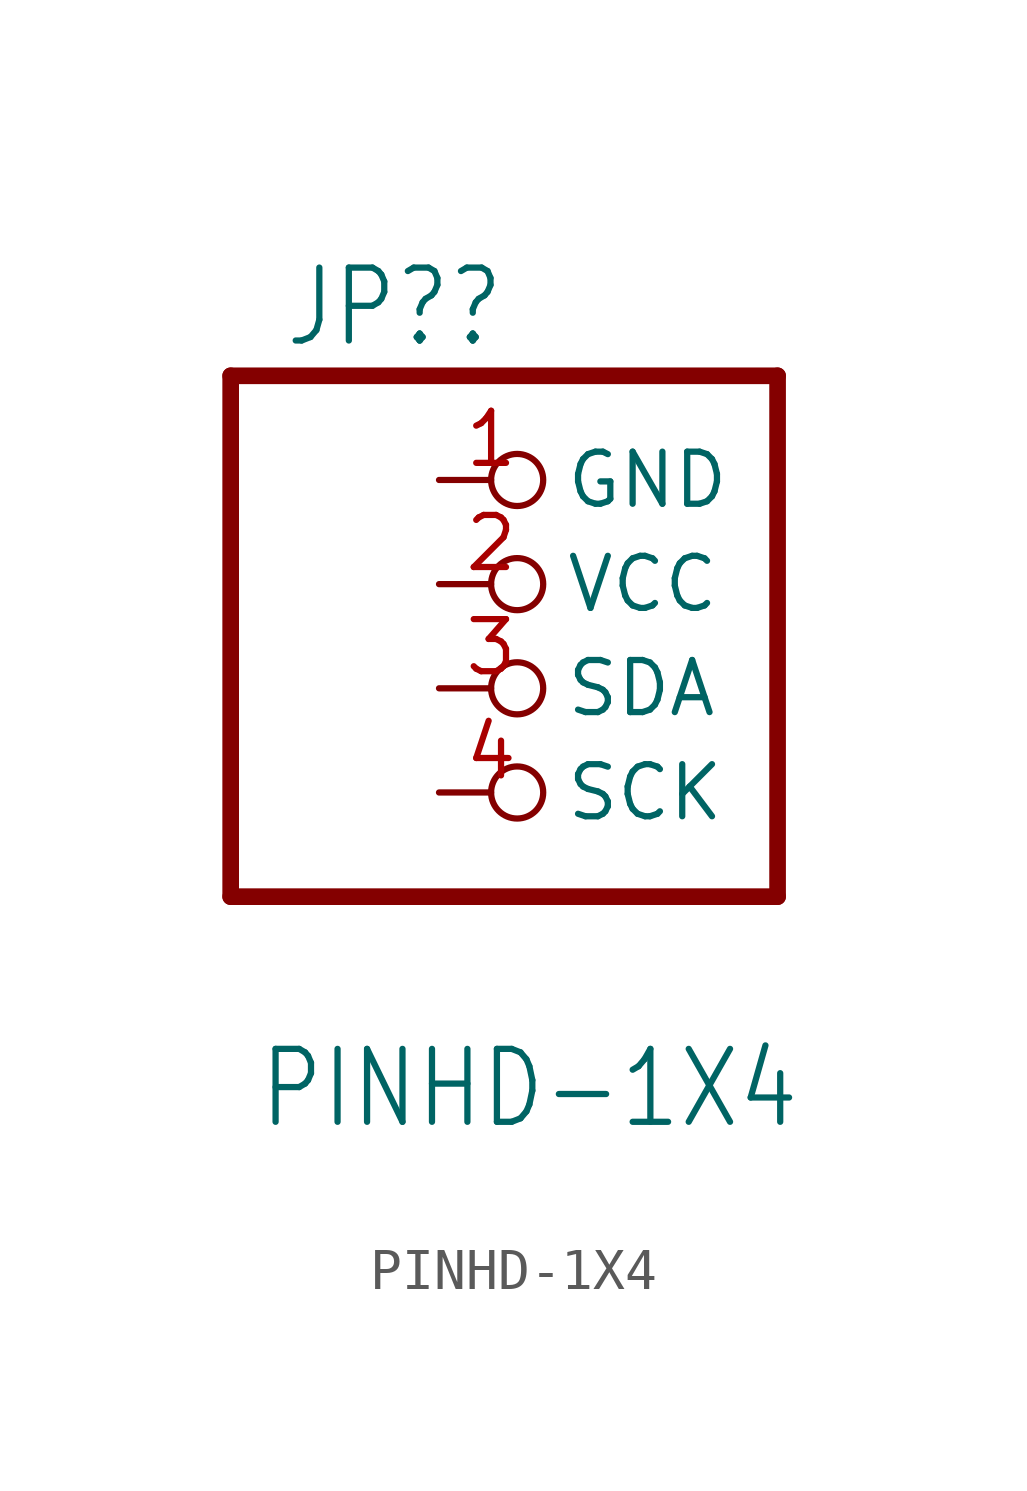
<source format=kicad_sym>
(kicad_symbol_lib
  (version 20211014)
  (generator kicad_symbol_editor)
  (symbol "PINHD-1X4"
    (property "Reference" "JP?"
      (at -6.35 5.715 0)
      (effects (font (size 1.778 1.511)) (justify left bottom)))
    (property "Value" "PINHD-1X4"
      (at -6.985 -13.335 0)
      (effects (font (size 1.778 1.511)) (justify left bottom)))
    (property "ki_locked" ""
      (at 0 0 0)
      (effects (font (size 1.27 1.27))))
    (symbol "PINHD-1X4_1_0"
      (polyline (pts (xy -7.62 -7.62) (xy 5.715 -7.62)) (stroke (width 0.406) (type default) (color 0 0 0 0)) (fill (type none)))
      (polyline (pts (xy -7.62 5.08) (xy -7.62 -7.62)) (stroke (width 0.406) (type default) (color 0 0 0 0)) (fill (type none)))
      (polyline (pts (xy 5.715 -7.62) (xy 5.715 5.08)) (stroke (width 0.406) (type default) (color 0 0 0 0)) (fill (type none)))
      (polyline (pts (xy 5.715 5.08) (xy -7.62 5.08)) (stroke (width 0.406) (type default) (color 0 0 0 0)) (fill (type none)))
      (pin free inverted (at -2.54 2.54 0) (length 2.54) (name "GND" (effects (font (size 1.27 1.27)))) (number "1" (effects (font (size 1.27 1.27)))))
      (pin free inverted (at -2.54 0 0) (length 2.54) (name "VCC" (effects (font (size 1.27 1.27)))) (number "2" (effects (font (size 1.27 1.27)))))
      (pin free inverted (at -2.54 -2.54 0) (length 2.54) (name "SDA" (effects (font (size 1.27 1.27)))) (number "3" (effects (font (size 1.27 1.27)))))
      (pin free inverted (at -2.54 -5.08 0) (length 2.54) (name "SCK" (effects (font (size 1.27 1.27)))) (number "4" (effects (font (size 1.27 1.27))))))))
</source>
